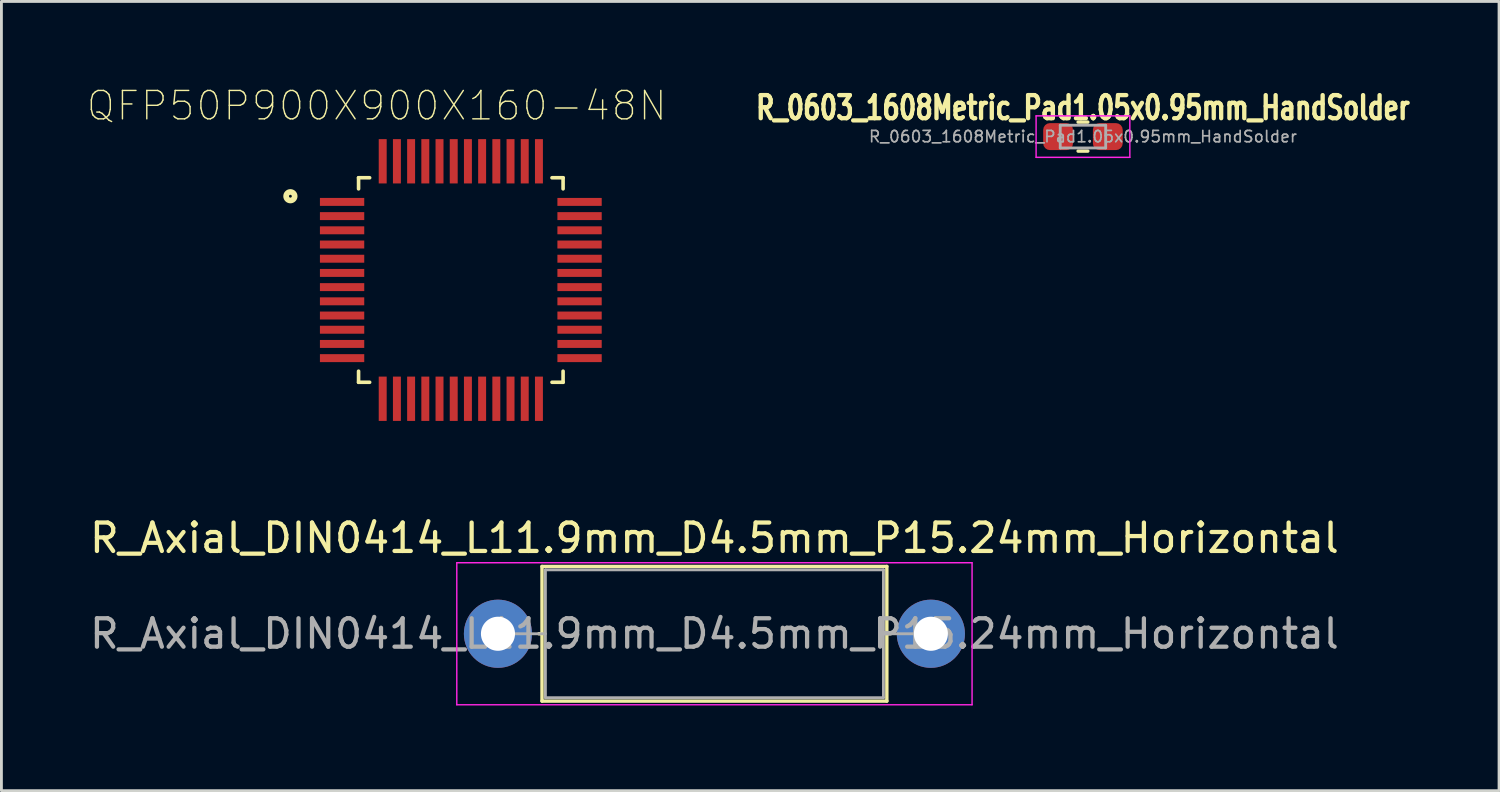
<source format=kicad_pcb>
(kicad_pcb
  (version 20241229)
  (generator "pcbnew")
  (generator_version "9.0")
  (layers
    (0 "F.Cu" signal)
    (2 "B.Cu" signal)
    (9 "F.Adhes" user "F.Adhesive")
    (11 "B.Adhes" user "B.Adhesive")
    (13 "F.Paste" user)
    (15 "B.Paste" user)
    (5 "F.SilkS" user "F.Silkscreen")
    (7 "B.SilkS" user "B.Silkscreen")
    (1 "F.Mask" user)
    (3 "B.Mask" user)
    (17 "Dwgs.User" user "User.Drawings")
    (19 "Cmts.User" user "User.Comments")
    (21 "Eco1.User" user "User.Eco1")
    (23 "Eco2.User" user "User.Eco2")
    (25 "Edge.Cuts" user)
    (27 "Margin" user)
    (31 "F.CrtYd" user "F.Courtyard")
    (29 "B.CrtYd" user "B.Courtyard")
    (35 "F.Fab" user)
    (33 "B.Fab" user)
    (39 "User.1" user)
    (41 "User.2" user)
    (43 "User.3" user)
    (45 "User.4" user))
  (footprint "R_Axial_DIN0414_L11.9mm_D4.5mm_P15.24mm_Horizontal"
    (layer "F.Cu")
    (at 14.481 19.261)
    (property "Reference" "R_Axial_DIN0414_L11.9mm_D4.5mm_P15.24mm_Horizontal" (at 7.62 -3.37 0) (layer "F.SilkS") (effects (font (size 1 1) (thickness 0.15))))
    (attr through_hole)
    (fp_line (start 1.44 0) (end 1.55 0) (stroke (width 0.12) (type solid)) (layer "F.SilkS"))
    (fp_line (start 1.55 -2.37) (end 1.55 2.37) (stroke (width 0.12) (type solid)) (layer "F.SilkS"))
    (fp_line (start 1.55 2.37) (end 13.69 2.37) (stroke (width 0.12) (type solid)) (layer "F.SilkS"))
    (fp_line (start 13.69 -2.37) (end 1.55 -2.37) (stroke (width 0.12) (type solid)) (layer "F.SilkS"))
    (fp_line (start 13.69 2.37) (end 13.69 -2.37) (stroke (width 0.12) (type solid)) (layer "F.SilkS"))
    (fp_line (start 13.8 0) (end 13.69 0) (stroke (width 0.12) (type solid)) (layer "F.SilkS"))
    (fp_line (start -1.45 -2.5) (end -1.45 2.5) (stroke (width 0.05) (type solid)) (layer "F.CrtYd"))
    (fp_line (start -1.45 2.5) (end 16.69 2.5) (stroke (width 0.05) (type solid)) (layer "F.CrtYd"))
    (fp_line (start 16.69 -2.5) (end -1.45 -2.5) (stroke (width 0.05) (type solid)) (layer "F.CrtYd"))
    (fp_line (start 16.69 2.5) (end 16.69 -2.5) (stroke (width 0.05) (type solid)) (layer "F.CrtYd"))
    (fp_line (start 0 0) (end 1.67 0) (stroke (width 0.1) (type solid)) (layer "F.Fab"))
    (fp_line (start 1.67 -2.25) (end 1.67 2.25) (stroke (width 0.1) (type solid)) (layer "F.Fab"))
    (fp_line (start 1.67 2.25) (end 13.57 2.25) (stroke (width 0.1) (type solid)) (layer "F.Fab"))
    (fp_line (start 13.57 -2.25) (end 1.67 -2.25) (stroke (width 0.1) (type solid)) (layer "F.Fab"))
    (fp_line (start 13.57 2.25) (end 13.57 -2.25) (stroke (width 0.1) (type solid)) (layer "F.Fab"))
    (fp_line (start 15.24 0) (end 13.57 0) (stroke (width 0.1) (type solid)) (layer "F.Fab"))
    (fp_text user "${REFERENCE}" (at 7.62 0 0) (layer "F.Fab") (effects (font (size 1 1) (thickness 0.15))))
    (pad "1" thru_hole circle (at 0 0) (size 2.4 2.4) (drill 1.2) (layers "*.Cu" "*.Mask"))
    (pad "2" thru_hole oval (at 15.24 0) (size 2.4 2.4) (drill 1.2) (layers "*.Cu" "*.Mask")))
  (footprint "QFP50P900X900X160-48N"
    (layer "F.Cu")
    (at 13.173 6.808)
    (property "Reference" "QFP50P900X900X160-48N" (at -2.96 -6.135 0) (layer "F.SilkS") (effects (font (size 1 1) (thickness 0.05))))
    (attr smd)
    (fp_line (start -3.6 -3.6) (end -3.6 -3.21) (stroke (width 0.127) (type solid)) (layer "F.SilkS"))
    (fp_line (start -3.6 3.21) (end -3.6 3.6) (stroke (width 0.127) (type solid)) (layer "F.SilkS"))
    (fp_line (start -3.6 3.6) (end -3.21 3.6) (stroke (width 0.127) (type solid)) (layer "F.SilkS"))
    (fp_line (start -3.21 -3.6) (end -3.6 -3.6) (stroke (width 0.127) (type solid)) (layer "F.SilkS"))
    (fp_line (start 3.21 3.6) (end 3.6 3.6) (stroke (width 0.127) (type solid)) (layer "F.SilkS"))
    (fp_line (start 3.6 -3.6) (end 3.21 -3.6) (stroke (width 0.127) (type solid)) (layer "F.SilkS"))
    (fp_line (start 3.6 -3.21) (end 3.6 -3.6) (stroke (width 0.127) (type solid)) (layer "F.SilkS"))
    (fp_line (start 3.6 3.6) (end 3.6 3.21) (stroke (width 0.127) (type solid)) (layer "F.SilkS"))
    (fp_circle (center -6 -2.95) (end -5.85 -2.95) (stroke (width 0.2) (type solid)) (fill no) (layer "F.SilkS"))
    (fp_line (start -5.21 -3.14) (end -3.85 -3.14) (stroke (width 0.05) (type solid)) (layer "Eco1.User"))
    (fp_line (start -5.21 3.14) (end -5.21 -3.14) (stroke (width 0.05) (type solid)) (layer "Eco1.User"))
    (fp_line (start -3.85 -3.85) (end -3.14 -3.85) (stroke (width 0.05) (type solid)) (layer "Eco1.User"))
    (fp_line (start -3.85 -3.14) (end -3.85 -3.85) (stroke (width 0.05) (type solid)) (layer "Eco1.User"))
    (fp_line (start -3.85 3.14) (end -5.21 3.14) (stroke (width 0.05) (type solid)) (layer "Eco1.User"))
    (fp_line (start -3.85 3.85) (end -3.85 3.14) (stroke (width 0.05) (type solid)) (layer "Eco1.User"))
    (fp_line (start -3.14 -5.21) (end 3.14 -5.21) (stroke (width 0.05) (type solid)) (layer "Eco1.User"))
    (fp_line (start -3.14 -3.85) (end -3.14 -5.21) (stroke (width 0.05) (type solid)) (layer "Eco1.User"))
    (fp_line (start -3.14 3.85) (end -3.85 3.85) (stroke (width 0.05) (type solid)) (layer "Eco1.User"))
    (fp_line (start -3.14 5.21) (end -3.14 3.85) (stroke (width 0.05) (type solid)) (layer "Eco1.User"))
    (fp_line (start 3.14 -5.21) (end 3.14 -3.85) (stroke (width 0.05) (type solid)) (layer "Eco1.User"))
    (fp_line (start 3.14 -3.85) (end 3.85 -3.85) (stroke (width 0.05) (type solid)) (layer "Eco1.User"))
    (fp_line (start 3.14 3.85) (end 3.14 5.21) (stroke (width 0.05) (type solid)) (layer "Eco1.User"))
    (fp_line (start 3.14 5.21) (end -3.14 5.21) (stroke (width 0.05) (type solid)) (layer "Eco1.User"))
    (fp_line (start 3.85 -3.85) (end 3.85 -3.14) (stroke (width 0.05) (type solid)) (layer "Eco1.User"))
    (fp_line (start 3.85 -3.14) (end 5.21 -3.14) (stroke (width 0.05) (type solid)) (layer "Eco1.User"))
    (fp_line (start 3.85 3.14) (end 3.85 3.85) (stroke (width 0.05) (type solid)) (layer "Eco1.User"))
    (fp_line (start 3.85 3.85) (end 3.14 3.85) (stroke (width 0.05) (type solid)) (layer "Eco1.User"))
    (fp_line (start 5.21 -3.14) (end 5.21 3.14) (stroke (width 0.05) (type solid)) (layer "Eco1.User"))
    (fp_line (start 5.21 3.14) (end 3.85 3.14) (stroke (width 0.05) (type solid)) (layer "Eco1.User"))
    (fp_line (start -3.6 -3.6) (end 3.6 -3.6) (stroke (width 0.127) (type solid)) (layer "Eco2.User"))
    (fp_line (start -3.6 3.6) (end -3.6 -3.6) (stroke (width 0.127) (type solid)) (layer "Eco2.User"))
    (fp_line (start 3.6 -3.6) (end 3.6 3.6) (stroke (width 0.127) (type solid)) (layer "Eco2.User"))
    (fp_line (start 3.6 3.6) (end -3.6 3.6) (stroke (width 0.127) (type solid)) (layer "Eco2.User"))
    (fp_circle (center -6 -2.95) (end -5.85 -2.95) (stroke (width 0.2) (type solid)) (fill no) (layer "Eco2.User"))
    (pad "1" smd rect (at -4.18 -2.75 90) (size 0.28 1.56) (layers "F.Cu" "F.Mask" "F.Paste"))
    (pad "2" smd rect (at -4.18 -2.25 90) (size 0.28 1.56) (layers "F.Cu" "F.Mask" "F.Paste"))
    (pad "3" smd rect (at -4.18 -1.75 90) (size 0.28 1.56) (layers "F.Cu" "F.Mask" "F.Paste"))
    (pad "4" smd rect (at -4.18 -1.25 90) (size 0.28 1.56) (layers "F.Cu" "F.Mask" "F.Paste"))
    (pad "5" smd rect (at -4.18 -0.75 90) (size 0.28 1.56) (layers "F.Cu" "F.Mask" "F.Paste"))
    (pad "6" smd rect (at -4.18 -0.25 90) (size 0.28 1.56) (layers "F.Cu" "F.Mask" "F.Paste"))
    (pad "7" smd rect (at -4.18 0.25 90) (size 0.28 1.56) (layers "F.Cu" "F.Mask" "F.Paste"))
    (pad "8" smd rect (at -4.18 0.75 90) (size 0.28 1.56) (layers "F.Cu" "F.Mask" "F.Paste"))
    (pad "9" smd rect (at -4.18 1.25 90) (size 0.28 1.56) (layers "F.Cu" "F.Mask" "F.Paste"))
    (pad "10" smd rect (at -4.18 1.75 90) (size 0.28 1.56) (layers "F.Cu" "F.Mask" "F.Paste"))
    (pad "11" smd rect (at -4.18 2.25 90) (size 0.28 1.56) (layers "F.Cu" "F.Mask" "F.Paste"))
    (pad "12" smd rect (at -4.18 2.75 90) (size 0.28 1.56) (layers "F.Cu" "F.Mask" "F.Paste"))
    (pad "13" smd rect (at -2.75 4.18) (size 0.28 1.56) (layers "F.Cu" "F.Mask" "F.Paste"))
    (pad "14" smd rect (at -2.25 4.18) (size 0.28 1.56) (layers "F.Cu" "F.Mask" "F.Paste"))
    (pad "15" smd rect (at -1.75 4.18) (size 0.28 1.56) (layers "F.Cu" "F.Mask" "F.Paste"))
    (pad "16" smd rect (at -1.25 4.18) (size 0.28 1.56) (layers "F.Cu" "F.Mask" "F.Paste"))
    (pad "17" smd rect (at -0.75 4.18) (size 0.28 1.56) (layers "F.Cu" "F.Mask" "F.Paste"))
    (pad "18" smd rect (at -0.25 4.18) (size 0.28 1.56) (layers "F.Cu" "F.Mask" "F.Paste"))
    (pad "19" smd rect (at 0.25 4.18) (size 0.28 1.56) (layers "F.Cu" "F.Mask" "F.Paste"))
    (pad "20" smd rect (at 0.75 4.18) (size 0.28 1.56) (layers "F.Cu" "F.Mask" "F.Paste"))
    (pad "21" smd rect (at 1.25 4.18) (size 0.28 1.56) (layers "F.Cu" "F.Mask" "F.Paste"))
    (pad "22" smd rect (at 1.75 4.18) (size 0.28 1.56) (layers "F.Cu" "F.Mask" "F.Paste"))
    (pad "23" smd rect (at 2.25 4.18) (size 0.28 1.56) (layers "F.Cu" "F.Mask" "F.Paste"))
    (pad "24" smd rect (at 2.75 4.18) (size 0.28 1.56) (layers "F.Cu" "F.Mask" "F.Paste"))
    (pad "25" smd rect (at 4.18 2.75 90) (size 0.28 1.56) (layers "F.Cu" "F.Mask" "F.Paste"))
    (pad "26" smd rect (at 4.18 2.25 90) (size 0.28 1.56) (layers "F.Cu" "F.Mask" "F.Paste"))
    (pad "27" smd rect (at 4.18 1.75 90) (size 0.28 1.56) (layers "F.Cu" "F.Mask" "F.Paste"))
    (pad "28" smd rect (at 4.18 1.25 90) (size 0.28 1.56) (layers "F.Cu" "F.Mask" "F.Paste"))
    (pad "29" smd rect (at 4.18 0.75 90) (size 0.28 1.56) (layers "F.Cu" "F.Mask" "F.Paste"))
    (pad "30" smd rect (at 4.18 0.25 90) (size 0.28 1.56) (layers "F.Cu" "F.Mask" "F.Paste"))
    (pad "31" smd rect (at 4.18 -0.25 90) (size 0.28 1.56) (layers "F.Cu" "F.Mask" "F.Paste"))
    (pad "32" smd rect (at 4.18 -0.75 90) (size 0.28 1.56) (layers "F.Cu" "F.Mask" "F.Paste"))
    (pad "33" smd rect (at 4.18 -1.25 90) (size 0.28 1.56) (layers "F.Cu" "F.Mask" "F.Paste"))
    (pad "34" smd rect (at 4.18 -1.75 90) (size 0.28 1.56) (layers "F.Cu" "F.Mask" "F.Paste"))
    (pad "35" smd rect (at 4.18 -2.25 90) (size 0.28 1.56) (layers "F.Cu" "F.Mask" "F.Paste"))
    (pad "36" smd rect (at 4.18 -2.75 90) (size 0.28 1.56) (layers "F.Cu" "F.Mask" "F.Paste"))
    (pad "37" smd rect (at 2.75 -4.18) (size 0.28 1.56) (layers "F.Cu" "F.Mask" "F.Paste"))
    (pad "38" smd rect (at 2.25 -4.18) (size 0.28 1.56) (layers "F.Cu" "F.Mask" "F.Paste"))
    (pad "39" smd rect (at 1.75 -4.18) (size 0.28 1.56) (layers "F.Cu" "F.Mask" "F.Paste"))
    (pad "40" smd rect (at 1.25 -4.18) (size 0.28 1.56) (layers "F.Cu" "F.Mask" "F.Paste"))
    (pad "41" smd rect (at 0.75 -4.18) (size 0.28 1.56) (layers "F.Cu" "F.Mask" "F.Paste"))
    (pad "42" smd rect (at 0.25 -4.18) (size 0.28 1.56) (layers "F.Cu" "F.Mask" "F.Paste"))
    (pad "43" smd rect (at -0.25 -4.18) (size 0.28 1.56) (layers "F.Cu" "F.Mask" "F.Paste"))
    (pad "44" smd rect (at -0.75 -4.18) (size 0.28 1.56) (layers "F.Cu" "F.Mask" "F.Paste"))
    (pad "45" smd rect (at -1.25 -4.18) (size 0.28 1.56) (layers "F.Cu" "F.Mask" "F.Paste"))
    (pad "46" smd rect (at -1.75 -4.18) (size 0.28 1.56) (layers "F.Cu" "F.Mask" "F.Paste"))
    (pad "47" smd rect (at -2.25 -4.18) (size 0.28 1.56) (layers "F.Cu" "F.Mask" "F.Paste"))
    (pad "48" smd rect (at -2.75 -4.18) (size 0.28 1.56) (layers "F.Cu" "F.Mask" "F.Paste")))
  (footprint "R_0603_1608Metric_Pad1.05x0.95mm_HandSolder"
    (layer "F.Cu")
    (at 35.075 1.759)
    (property "Reference" "R_0603_1608Metric_Pad1.05x0.95mm_HandSolder" (at 0 -1.016 0) (layer "F.SilkS") (effects (font (size 0.813 0.61) (thickness 0.152))))
    (attr smd)
    (fp_line (start -0.171 -0.51) (end 0.171 -0.51) (stroke (width 0.12) (type solid)) (layer "F.SilkS"))
    (fp_line (start -0.171 0.51) (end 0.171 0.51) (stroke (width 0.12) (type solid)) (layer "F.SilkS"))
    (fp_line (start -1.65 -0.73) (end 1.65 -0.73) (stroke (width 0.05) (type solid)) (layer "F.CrtYd"))
    (fp_line (start -1.65 0.73) (end -1.65 -0.73) (stroke (width 0.05) (type solid)) (layer "F.CrtYd"))
    (fp_line (start 1.65 -0.73) (end 1.65 0.73) (stroke (width 0.05) (type solid)) (layer "F.CrtYd"))
    (fp_line (start 1.65 0.73) (end -1.65 0.73) (stroke (width 0.05) (type solid)) (layer "F.CrtYd"))
    (fp_line (start -0.8 -0.4) (end 0.8 -0.4) (stroke (width 0.1) (type solid)) (layer "F.Fab"))
    (fp_line (start -0.8 0.4) (end -0.8 -0.4) (stroke (width 0.1) (type solid)) (layer "F.Fab"))
    (fp_line (start 0.8 -0.4) (end 0.8 0.4) (stroke (width 0.1) (type solid)) (layer "F.Fab"))
    (fp_line (start 0.8 0.4) (end -0.8 0.4) (stroke (width 0.1) (type solid)) (layer "F.Fab"))
    (fp_text user "${REFERENCE}" (at 0 0 0) (layer "F.Fab") (effects (font (size 0.4 0.4) (thickness 0.06))))
    (pad "1" smd roundrect (at -0.875 0) (size 1.05 0.95) (layers "F.Cu" "F.Mask" "F.Paste") (roundrect_rratio 0.25))
    (pad "2" smd roundrect (at 0.875 0) (size 1.05 0.95) (layers "F.Cu" "F.Mask" "F.Paste") (roundrect_rratio 0.25)))
  (gr_rect
    (start -3 -3)
    (end 49.723 24.786)
    (stroke (width 0.1) (type default))
    (fill no)
    (layer "Edge.Cuts")))
</source>
